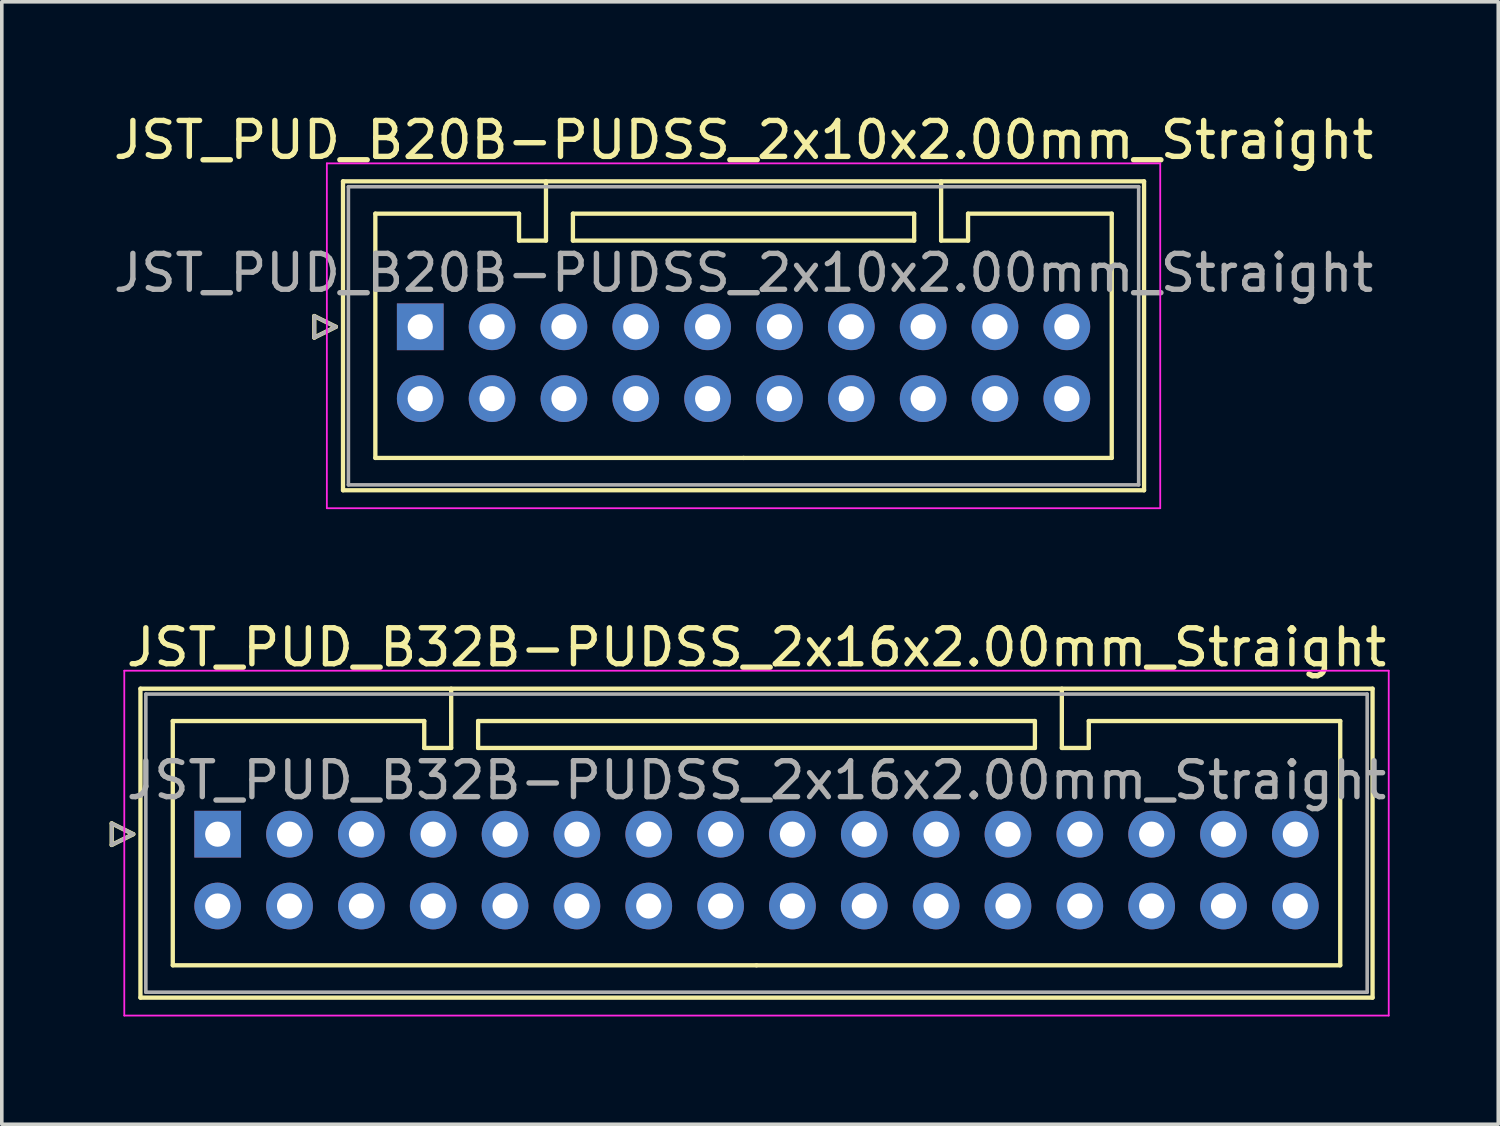
<source format=kicad_pcb>
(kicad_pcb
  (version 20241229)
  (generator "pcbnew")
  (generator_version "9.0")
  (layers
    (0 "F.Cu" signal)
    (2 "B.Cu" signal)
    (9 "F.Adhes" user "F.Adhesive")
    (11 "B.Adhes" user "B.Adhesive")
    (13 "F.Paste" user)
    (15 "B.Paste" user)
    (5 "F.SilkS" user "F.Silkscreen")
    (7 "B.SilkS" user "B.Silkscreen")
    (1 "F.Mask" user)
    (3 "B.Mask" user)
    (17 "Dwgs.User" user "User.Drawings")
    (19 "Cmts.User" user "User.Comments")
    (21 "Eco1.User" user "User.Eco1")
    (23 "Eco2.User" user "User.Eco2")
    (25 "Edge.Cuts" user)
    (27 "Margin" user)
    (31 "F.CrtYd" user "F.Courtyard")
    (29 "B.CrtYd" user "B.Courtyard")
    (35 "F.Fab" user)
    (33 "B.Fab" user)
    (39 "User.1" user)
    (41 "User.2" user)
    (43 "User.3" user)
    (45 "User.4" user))
  (footprint "JST_PUD_B20B-PUDSS_2x10x2.00mm_Straight"
    (layer "F.Cu")
    (at 8.649 6.048)
    (property "Reference" "JST_PUD_B20B-PUDSS_2x10x2.00mm_Straight" (at 9 -5.2 0) (layer "F.SilkS") (effects (font (size 1 1) (thickness 0.15))))
    (attr through_hole)
    (fp_line (start -2.95 -0.3) (end -2.35 0) (stroke (width 0.12) (type solid)) (layer "F.SilkS"))
    (fp_line (start -2.95 0.3) (end -2.95 -0.3) (stroke (width 0.12) (type solid)) (layer "F.SilkS"))
    (fp_line (start -2.35 0) (end -2.95 0.3) (stroke (width 0.12) (type solid)) (layer "F.SilkS"))
    (fp_line (start -2.15 -4.05) (end -2.15 4.55) (stroke (width 0.12) (type solid)) (layer "F.SilkS"))
    (fp_line (start -2.15 4.55) (end 20.15 4.55) (stroke (width 0.12) (type solid)) (layer "F.SilkS"))
    (fp_line (start -1.25 -3.15) (end -1.25 3.65) (stroke (width 0.12) (type solid)) (layer "F.SilkS"))
    (fp_line (start -1.25 3.65) (end 9 3.65) (stroke (width 0.12) (type solid)) (layer "F.SilkS"))
    (fp_line (start 2.75 -3.15) (end -1.25 -3.15) (stroke (width 0.12) (type solid)) (layer "F.SilkS"))
    (fp_line (start 2.75 -2.4) (end 2.75 -3.15) (stroke (width 0.12) (type solid)) (layer "F.SilkS"))
    (fp_line (start 3.5 -4.05) (end 3.5 -2.4) (stroke (width 0.12) (type solid)) (layer "F.SilkS"))
    (fp_line (start 3.5 -2.4) (end 2.75 -2.4) (stroke (width 0.12) (type solid)) (layer "F.SilkS"))
    (fp_line (start 4.25 -3.15) (end 4.25 -2.4) (stroke (width 0.12) (type solid)) (layer "F.SilkS"))
    (fp_line (start 4.25 -2.4) (end 13.75 -2.4) (stroke (width 0.12) (type solid)) (layer "F.SilkS"))
    (fp_line (start 13.75 -3.15) (end 4.25 -3.15) (stroke (width 0.12) (type solid)) (layer "F.SilkS"))
    (fp_line (start 13.75 -2.4) (end 13.75 -3.15) (stroke (width 0.12) (type solid)) (layer "F.SilkS"))
    (fp_line (start 14.5 -4.05) (end 14.5 -2.4) (stroke (width 0.12) (type solid)) (layer "F.SilkS"))
    (fp_line (start 14.5 -2.4) (end 15.25 -2.4) (stroke (width 0.12) (type solid)) (layer "F.SilkS"))
    (fp_line (start 15.25 -3.15) (end 19.25 -3.15) (stroke (width 0.12) (type solid)) (layer "F.SilkS"))
    (fp_line (start 15.25 -2.4) (end 15.25 -3.15) (stroke (width 0.12) (type solid)) (layer "F.SilkS"))
    (fp_line (start 19.25 -3.15) (end 19.25 3.65) (stroke (width 0.12) (type solid)) (layer "F.SilkS"))
    (fp_line (start 19.25 3.65) (end 9 3.65) (stroke (width 0.12) (type solid)) (layer "F.SilkS"))
    (fp_line (start 20.15 -4.05) (end -2.15 -4.05) (stroke (width 0.12) (type solid)) (layer "F.SilkS"))
    (fp_line (start 20.15 4.55) (end 20.15 -4.05) (stroke (width 0.12) (type solid)) (layer "F.SilkS"))
    (fp_line (start -2.6 -4.55) (end -2.6 5.05) (stroke (width 0.05) (type solid)) (layer "F.CrtYd"))
    (fp_line (start -2.6 5.05) (end 20.6 5.05) (stroke (width 0.05) (type solid)) (layer "F.CrtYd"))
    (fp_line (start 20.6 -4.55) (end -2.6 -4.55) (stroke (width 0.05) (type solid)) (layer "F.CrtYd"))
    (fp_line (start 20.6 5.05) (end 20.6 -4.55) (stroke (width 0.05) (type solid)) (layer "F.CrtYd"))
    (fp_line (start -2.95 -0.3) (end -2.35 0) (stroke (width 0.1) (type solid)) (layer "F.Fab"))
    (fp_line (start -2.95 0.3) (end -2.95 -0.3) (stroke (width 0.1) (type solid)) (layer "F.Fab"))
    (fp_line (start -2.35 0) (end -2.95 0.3) (stroke (width 0.1) (type solid)) (layer "F.Fab"))
    (fp_line (start -2 -3.9) (end -2 4.4) (stroke (width 0.1) (type solid)) (layer "F.Fab"))
    (fp_line (start -2 4.4) (end 20 4.4) (stroke (width 0.1) (type solid)) (layer "F.Fab"))
    (fp_line (start 20 -3.9) (end -2 -3.9) (stroke (width 0.1) (type solid)) (layer "F.Fab"))
    (fp_line (start 20 4.4) (end 20 -3.9) (stroke (width 0.1) (type solid)) (layer "F.Fab"))
    (fp_text user "${REFERENCE}" (at 9 -1.5 0) (layer "F.Fab") (effects (font (size 1 1) (thickness 0.15))))
    (pad "1" thru_hole rect (at 0 0) (size 1.3 1.3) (drill 0.7) (layers "*.Cu" "*.Mask"))
    (pad "2" thru_hole circle (at 0 2) (size 1.3 1.3) (drill 0.7) (layers "*.Cu" "*.Mask"))
    (pad "3" thru_hole circle (at 2 0) (size 1.3 1.3) (drill 0.7) (layers "*.Cu" "*.Mask"))
    (pad "4" thru_hole circle (at 2 2) (size 1.3 1.3) (drill 0.7) (layers "*.Cu" "*.Mask"))
    (pad "5" thru_hole circle (at 4 0) (size 1.3 1.3) (drill 0.7) (layers "*.Cu" "*.Mask"))
    (pad "6" thru_hole circle (at 4 2) (size 1.3 1.3) (drill 0.7) (layers "*.Cu" "*.Mask"))
    (pad "7" thru_hole circle (at 6 0) (size 1.3 1.3) (drill 0.7) (layers "*.Cu" "*.Mask"))
    (pad "8" thru_hole circle (at 6 2) (size 1.3 1.3) (drill 0.7) (layers "*.Cu" "*.Mask"))
    (pad "9" thru_hole circle (at 8 0) (size 1.3 1.3) (drill 0.7) (layers "*.Cu" "*.Mask"))
    (pad "10" thru_hole circle (at 8 2) (size 1.3 1.3) (drill 0.7) (layers "*.Cu" "*.Mask"))
    (pad "11" thru_hole circle (at 10 0) (size 1.3 1.3) (drill 0.7) (layers "*.Cu" "*.Mask"))
    (pad "12" thru_hole circle (at 10 2) (size 1.3 1.3) (drill 0.7) (layers "*.Cu" "*.Mask"))
    (pad "13" thru_hole circle (at 12 0) (size 1.3 1.3) (drill 0.7) (layers "*.Cu" "*.Mask"))
    (pad "14" thru_hole circle (at 12 2) (size 1.3 1.3) (drill 0.7) (layers "*.Cu" "*.Mask"))
    (pad "15" thru_hole circle (at 14 0) (size 1.3 1.3) (drill 0.7) (layers "*.Cu" "*.Mask"))
    (pad "16" thru_hole circle (at 14 2) (size 1.3 1.3) (drill 0.7) (layers "*.Cu" "*.Mask"))
    (pad "17" thru_hole circle (at 16 0) (size 1.3 1.3) (drill 0.7) (layers "*.Cu" "*.Mask"))
    (pad "18" thru_hole circle (at 16 2) (size 1.3 1.3) (drill 0.7) (layers "*.Cu" "*.Mask"))
    (pad "19" thru_hole circle (at 18 0) (size 1.3 1.3) (drill 0.7) (layers "*.Cu" "*.Mask"))
    (pad "20" thru_hole circle (at 18 2) (size 1.3 1.3) (drill 0.7) (layers "*.Cu" "*.Mask")))
  (footprint "JST_PUD_B32B-PUDSS_2x16x2.00mm_Straight"
    (layer "F.Cu")
    (at 3.01 20.172)
    (property "Reference" "JST_PUD_B32B-PUDSS_2x16x2.00mm_Straight" (at 15 -5.2 0) (layer "F.SilkS") (effects (font (size 1 1) (thickness 0.15))))
    (attr through_hole)
    (fp_line (start -2.95 -0.3) (end -2.35 0) (stroke (width 0.12) (type solid)) (layer "F.SilkS"))
    (fp_line (start -2.95 0.3) (end -2.95 -0.3) (stroke (width 0.12) (type solid)) (layer "F.SilkS"))
    (fp_line (start -2.35 0) (end -2.95 0.3) (stroke (width 0.12) (type solid)) (layer "F.SilkS"))
    (fp_line (start -2.15 -4.05) (end -2.15 4.55) (stroke (width 0.12) (type solid)) (layer "F.SilkS"))
    (fp_line (start -2.15 4.55) (end 32.15 4.55) (stroke (width 0.12) (type solid)) (layer "F.SilkS"))
    (fp_line (start -1.25 -3.15) (end -1.25 3.65) (stroke (width 0.12) (type solid)) (layer "F.SilkS"))
    (fp_line (start -1.25 3.65) (end 15 3.65) (stroke (width 0.12) (type solid)) (layer "F.SilkS"))
    (fp_line (start 5.75 -3.15) (end -1.25 -3.15) (stroke (width 0.12) (type solid)) (layer "F.SilkS"))
    (fp_line (start 5.75 -2.4) (end 5.75 -3.15) (stroke (width 0.12) (type solid)) (layer "F.SilkS"))
    (fp_line (start 6.5 -4.05) (end 6.5 -2.4) (stroke (width 0.12) (type solid)) (layer "F.SilkS"))
    (fp_line (start 6.5 -2.4) (end 5.75 -2.4) (stroke (width 0.12) (type solid)) (layer "F.SilkS"))
    (fp_line (start 7.25 -3.15) (end 7.25 -2.4) (stroke (width 0.12) (type solid)) (layer "F.SilkS"))
    (fp_line (start 7.25 -2.4) (end 22.75 -2.4) (stroke (width 0.12) (type solid)) (layer "F.SilkS"))
    (fp_line (start 22.75 -3.15) (end 7.25 -3.15) (stroke (width 0.12) (type solid)) (layer "F.SilkS"))
    (fp_line (start 22.75 -2.4) (end 22.75 -3.15) (stroke (width 0.12) (type solid)) (layer "F.SilkS"))
    (fp_line (start 23.5 -4.05) (end 23.5 -2.4) (stroke (width 0.12) (type solid)) (layer "F.SilkS"))
    (fp_line (start 23.5 -2.4) (end 24.25 -2.4) (stroke (width 0.12) (type solid)) (layer "F.SilkS"))
    (fp_line (start 24.25 -3.15) (end 31.25 -3.15) (stroke (width 0.12) (type solid)) (layer "F.SilkS"))
    (fp_line (start 24.25 -2.4) (end 24.25 -3.15) (stroke (width 0.12) (type solid)) (layer "F.SilkS"))
    (fp_line (start 31.25 -3.15) (end 31.25 3.65) (stroke (width 0.12) (type solid)) (layer "F.SilkS"))
    (fp_line (start 31.25 3.65) (end 15 3.65) (stroke (width 0.12) (type solid)) (layer "F.SilkS"))
    (fp_line (start 32.15 -4.05) (end -2.15 -4.05) (stroke (width 0.12) (type solid)) (layer "F.SilkS"))
    (fp_line (start 32.15 4.55) (end 32.15 -4.05) (stroke (width 0.12) (type solid)) (layer "F.SilkS"))
    (fp_line (start -2.6 -4.55) (end -2.6 5.05) (stroke (width 0.05) (type solid)) (layer "F.CrtYd"))
    (fp_line (start -2.6 5.05) (end 32.6 5.05) (stroke (width 0.05) (type solid)) (layer "F.CrtYd"))
    (fp_line (start 32.6 -4.55) (end -2.6 -4.55) (stroke (width 0.05) (type solid)) (layer "F.CrtYd"))
    (fp_line (start 32.6 5.05) (end 32.6 -4.55) (stroke (width 0.05) (type solid)) (layer "F.CrtYd"))
    (fp_line (start -2.95 -0.3) (end -2.35 0) (stroke (width 0.1) (type solid)) (layer "F.Fab"))
    (fp_line (start -2.95 0.3) (end -2.95 -0.3) (stroke (width 0.1) (type solid)) (layer "F.Fab"))
    (fp_line (start -2.35 0) (end -2.95 0.3) (stroke (width 0.1) (type solid)) (layer "F.Fab"))
    (fp_line (start -2 -3.9) (end -2 4.4) (stroke (width 0.1) (type solid)) (layer "F.Fab"))
    (fp_line (start -2 4.4) (end 32 4.4) (stroke (width 0.1) (type solid)) (layer "F.Fab"))
    (fp_line (start 32 -3.9) (end -2 -3.9) (stroke (width 0.1) (type solid)) (layer "F.Fab"))
    (fp_line (start 32 4.4) (end 32 -3.9) (stroke (width 0.1) (type solid)) (layer "F.Fab"))
    (fp_text user "${REFERENCE}" (at 15 -1.5 0) (layer "F.Fab") (effects (font (size 1 1) (thickness 0.15))))
    (pad "1" thru_hole rect (at 0 0) (size 1.3 1.3) (drill 0.7) (layers "*.Cu" "*.Mask"))
    (pad "2" thru_hole circle (at 0 2) (size 1.3 1.3) (drill 0.7) (layers "*.Cu" "*.Mask"))
    (pad "3" thru_hole circle (at 2 0) (size 1.3 1.3) (drill 0.7) (layers "*.Cu" "*.Mask"))
    (pad "4" thru_hole circle (at 2 2) (size 1.3 1.3) (drill 0.7) (layers "*.Cu" "*.Mask"))
    (pad "5" thru_hole circle (at 4 0) (size 1.3 1.3) (drill 0.7) (layers "*.Cu" "*.Mask"))
    (pad "6" thru_hole circle (at 4 2) (size 1.3 1.3) (drill 0.7) (layers "*.Cu" "*.Mask"))
    (pad "7" thru_hole circle (at 6 0) (size 1.3 1.3) (drill 0.7) (layers "*.Cu" "*.Mask"))
    (pad "8" thru_hole circle (at 6 2) (size 1.3 1.3) (drill 0.7) (layers "*.Cu" "*.Mask"))
    (pad "9" thru_hole circle (at 8 0) (size 1.3 1.3) (drill 0.7) (layers "*.Cu" "*.Mask"))
    (pad "10" thru_hole circle (at 8 2) (size 1.3 1.3) (drill 0.7) (layers "*.Cu" "*.Mask"))
    (pad "11" thru_hole circle (at 10 0) (size 1.3 1.3) (drill 0.7) (layers "*.Cu" "*.Mask"))
    (pad "12" thru_hole circle (at 10 2) (size 1.3 1.3) (drill 0.7) (layers "*.Cu" "*.Mask"))
    (pad "13" thru_hole circle (at 12 0) (size 1.3 1.3) (drill 0.7) (layers "*.Cu" "*.Mask"))
    (pad "14" thru_hole circle (at 12 2) (size 1.3 1.3) (drill 0.7) (layers "*.Cu" "*.Mask"))
    (pad "15" thru_hole circle (at 14 0) (size 1.3 1.3) (drill 0.7) (layers "*.Cu" "*.Mask"))
    (pad "16" thru_hole circle (at 14 2) (size 1.3 1.3) (drill 0.7) (layers "*.Cu" "*.Mask"))
    (pad "17" thru_hole circle (at 16 0) (size 1.3 1.3) (drill 0.7) (layers "*.Cu" "*.Mask"))
    (pad "18" thru_hole circle (at 16 2) (size 1.3 1.3) (drill 0.7) (layers "*.Cu" "*.Mask"))
    (pad "19" thru_hole circle (at 18 0) (size 1.3 1.3) (drill 0.7) (layers "*.Cu" "*.Mask"))
    (pad "20" thru_hole circle (at 18 2) (size 1.3 1.3) (drill 0.7) (layers "*.Cu" "*.Mask"))
    (pad "21" thru_hole circle (at 20 0) (size 1.3 1.3) (drill 0.7) (layers "*.Cu" "*.Mask"))
    (pad "22" thru_hole circle (at 20 2) (size 1.3 1.3) (drill 0.7) (layers "*.Cu" "*.Mask"))
    (pad "23" thru_hole circle (at 22 0) (size 1.3 1.3) (drill 0.7) (layers "*.Cu" "*.Mask"))
    (pad "24" thru_hole circle (at 22 2) (size 1.3 1.3) (drill 0.7) (layers "*.Cu" "*.Mask"))
    (pad "25" thru_hole circle (at 24 0) (size 1.3 1.3) (drill 0.7) (layers "*.Cu" "*.Mask"))
    (pad "26" thru_hole circle (at 24 2) (size 1.3 1.3) (drill 0.7) (layers "*.Cu" "*.Mask"))
    (pad "27" thru_hole circle (at 26 0) (size 1.3 1.3) (drill 0.7) (layers "*.Cu" "*.Mask"))
    (pad "28" thru_hole circle (at 26 2) (size 1.3 1.3) (drill 0.7) (layers "*.Cu" "*.Mask"))
    (pad "29" thru_hole circle (at 28 0) (size 1.3 1.3) (drill 0.7) (layers "*.Cu" "*.Mask"))
    (pad "30" thru_hole circle (at 28 2) (size 1.3 1.3) (drill 0.7) (layers "*.Cu" "*.Mask"))
    (pad "31" thru_hole circle (at 30 0) (size 1.3 1.3) (drill 0.7) (layers "*.Cu" "*.Mask"))
    (pad "32" thru_hole circle (at 30 2) (size 1.3 1.3) (drill 0.7) (layers "*.Cu" "*.Mask")))
  (gr_rect
    (start -3 -3)
    (end 38.659 28.247)
    (stroke (width 0.1) (type default))
    (fill no)
    (layer "Edge.Cuts")))
</source>
